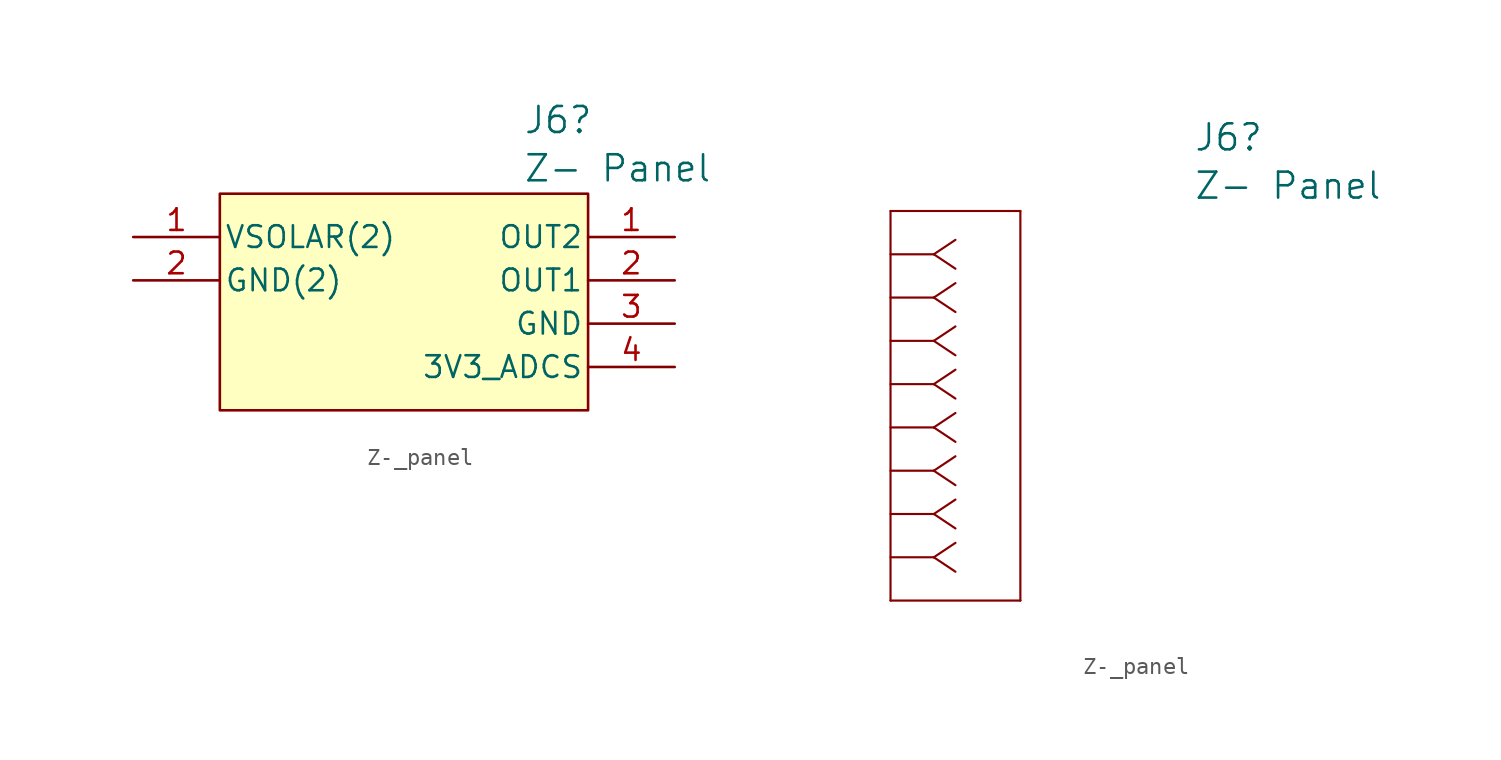
<source format=kicad_sym>
(kicad_symbol_lib
  (version 20241209)
  (generator "kicad_symbol_editor")
  (generator_version "9.0")
  (symbol "Z-_panel"
    (pin_names
      (offset 0.254))
    (property "Reference" "J6"
      (at 22.86 6.858 0)
      (effects (font (size 1.524 1.524)) (justify left)))
    (property "Value" "Z- Panel"
      (at 22.86 4.025 0)
      (effects (font (size 1.524 1.524)) (justify left)))
    (symbol "Z-_panel_1_1"
      (rectangle (start 5.08 2.54) (end 26.67 -10.16) (stroke (width 0) (type default)) (fill (type background)))
      (pin passive line (at 0 0 0) (length 5.08) (name "VSOLAR(2)" (effects (font (size 1.27 1.27)))) (number "1" (effects (font (size 1.27 1.27)))))
      (pin passive line (at 0 -2.54 0) (length 5.08) (name "GND(2)" (effects (font (size 1.27 1.27)))) (number "2" (effects (font (size 1.27 1.27)))))
      (pin passive line (at 31.75 0 180) (length 5.08) (name "OUT2" (effects (font (size 1.27 1.27)))) (number "1" (effects (font (size 1.27 1.27)))))
      (pin passive line (at 31.75 -2.54 180) (length 5.08) (name "OUT1" (effects (font (size 1.27 1.27)))) (number "2" (effects (font (size 1.27 1.27)))))
      (pin passive line (at 31.75 -5.08 180) (length 5.08) (name "GND" (effects (font (size 1.27 1.27)))) (number "3" (effects (font (size 1.27 1.27)))))
      (pin passive line (at 31.75 -7.62 180) (length 5.08) (name "3V3_ADCS" (effects (font (size 1.27 1.27)))) (number "4" (effects (font (size 1.27 1.27))))))
    (symbol "Z-_panel_1_2"
      (polyline (pts (xy 5.08 2.54) (xy 5.08 -20.32)) (stroke (width 0.127) (type default)) (fill (type none)))
      (polyline (pts (xy 5.08 -20.32) (xy 12.7 -20.32)) (stroke (width 0.127) (type default)) (fill (type none)))
      (polyline (pts (xy 7.62 0) (xy 5.08 0)) (stroke (width 0.127) (type default)) (fill (type none)))
      (polyline (pts (xy 7.62 0) (xy 8.89 0.847)) (stroke (width 0.127) (type default)) (fill (type none)))
      (polyline (pts (xy 7.62 0) (xy 8.89 -0.847)) (stroke (width 0.127) (type default)) (fill (type none)))
      (polyline (pts (xy 7.62 -2.54) (xy 5.08 -2.54)) (stroke (width 0.127) (type default)) (fill (type none)))
      (polyline (pts (xy 7.62 -2.54) (xy 8.89 -1.693)) (stroke (width 0.127) (type default)) (fill (type none)))
      (polyline (pts (xy 7.62 -2.54) (xy 8.89 -3.387)) (stroke (width 0.127) (type default)) (fill (type none)))
      (polyline (pts (xy 7.62 -5.08) (xy 5.08 -5.08)) (stroke (width 0.127) (type default)) (fill (type none)))
      (polyline (pts (xy 7.62 -5.08) (xy 8.89 -4.233)) (stroke (width 0.127) (type default)) (fill (type none)))
      (polyline (pts (xy 7.62 -5.08) (xy 8.89 -5.927)) (stroke (width 0.127) (type default)) (fill (type none)))
      (polyline (pts (xy 7.62 -7.62) (xy 5.08 -7.62)) (stroke (width 0.127) (type default)) (fill (type none)))
      (polyline (pts (xy 7.62 -7.62) (xy 8.89 -6.773)) (stroke (width 0.127) (type default)) (fill (type none)))
      (polyline (pts (xy 7.62 -7.62) (xy 8.89 -8.467)) (stroke (width 0.127) (type default)) (fill (type none)))
      (polyline (pts (xy 7.62 -10.16) (xy 5.08 -10.16)) (stroke (width 0.127) (type default)) (fill (type none)))
      (polyline (pts (xy 7.62 -10.16) (xy 8.89 -9.313)) (stroke (width 0.127) (type default)) (fill (type none)))
      (polyline (pts (xy 7.62 -10.16) (xy 8.89 -11.007)) (stroke (width 0.127) (type default)) (fill (type none)))
      (polyline (pts (xy 7.62 -12.7) (xy 5.08 -12.7)) (stroke (width 0.127) (type default)) (fill (type none)))
      (polyline (pts (xy 7.62 -12.7) (xy 8.89 -11.853)) (stroke (width 0.127) (type default)) (fill (type none)))
      (polyline (pts (xy 7.62 -12.7) (xy 8.89 -13.547)) (stroke (width 0.127) (type default)) (fill (type none)))
      (polyline (pts (xy 7.62 -15.24) (xy 5.08 -15.24)) (stroke (width 0.127) (type default)) (fill (type none)))
      (polyline (pts (xy 7.62 -15.24) (xy 8.89 -14.393)) (stroke (width 0.127) (type default)) (fill (type none)))
      (polyline (pts (xy 7.62 -15.24) (xy 8.89 -16.087)) (stroke (width 0.127) (type default)) (fill (type none)))
      (polyline (pts (xy 7.62 -17.78) (xy 5.08 -17.78)) (stroke (width 0.127) (type default)) (fill (type none)))
      (polyline (pts (xy 7.62 -17.78) (xy 8.89 -16.933)) (stroke (width 0.127) (type default)) (fill (type none)))
      (polyline (pts (xy 7.62 -17.78) (xy 8.89 -18.627)) (stroke (width 0.127) (type default)) (fill (type none)))
      (polyline (pts (xy 12.7 2.54) (xy 5.08 2.54)) (stroke (width 0.127) (type default)) (fill (type none)))
      (polyline (pts (xy 12.7 -20.32) (xy 12.7 2.54)) (stroke (width 0.127) (type default)) (fill (type none))))))
</source>
